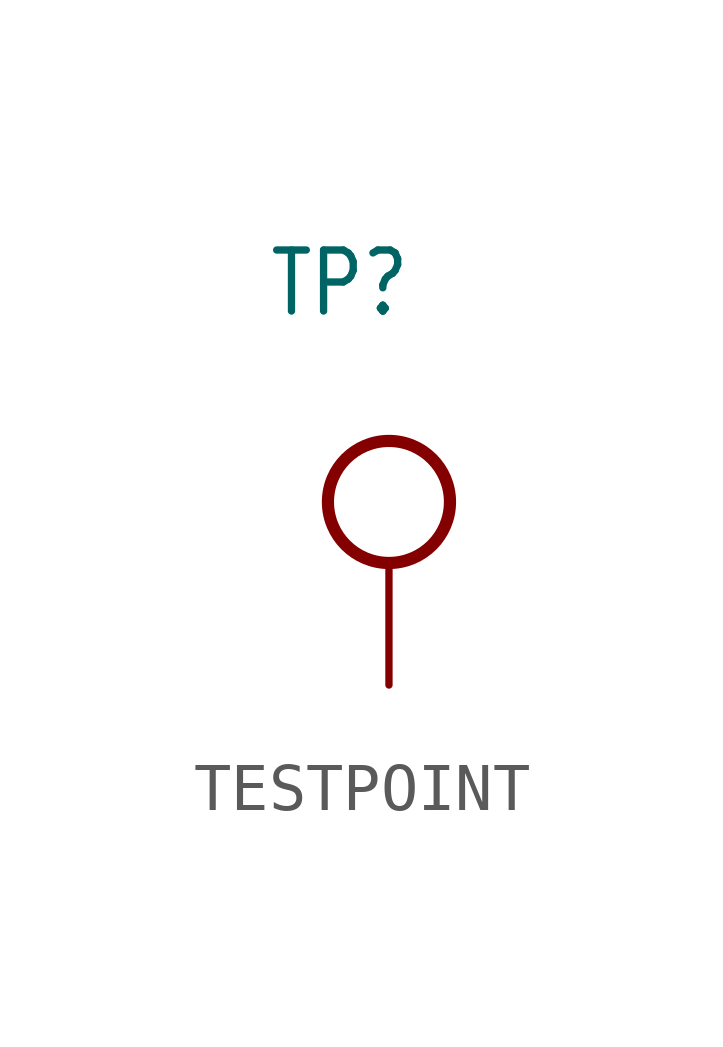
<source format=kicad_sym>
(kicad_symbol_lib
  (version 20220914)
  (generator kicad_symbol_editor)
  (symbol "TESTPOINT"
    (property "Reference" "TP"
      (at -2.54 7.62 0)
      (effects (font (size 1.27 1.079)) (justify left bottom)))
    (property "Value" ""
      (at -2.54 5.715 0)
      (effects (font (size 1.27 1.079)) (justify left bottom)))
    (property "ki_locked" ""
      (at 0 0 0)
      (effects (font (size 1.27 1.27))))
    (symbol "TESTPOINT_1_0"
      (circle (center 0 3.81) (radius 1.27) (stroke (width 0.254) (type solid)) (fill (type none)))
      (pin bidirectional line (at 0 0 90) (length 2.54) (name "P$1" (effects (font (size 0 0)))) (number "P$1" (effects (font (size 0 0))))))))
</source>
